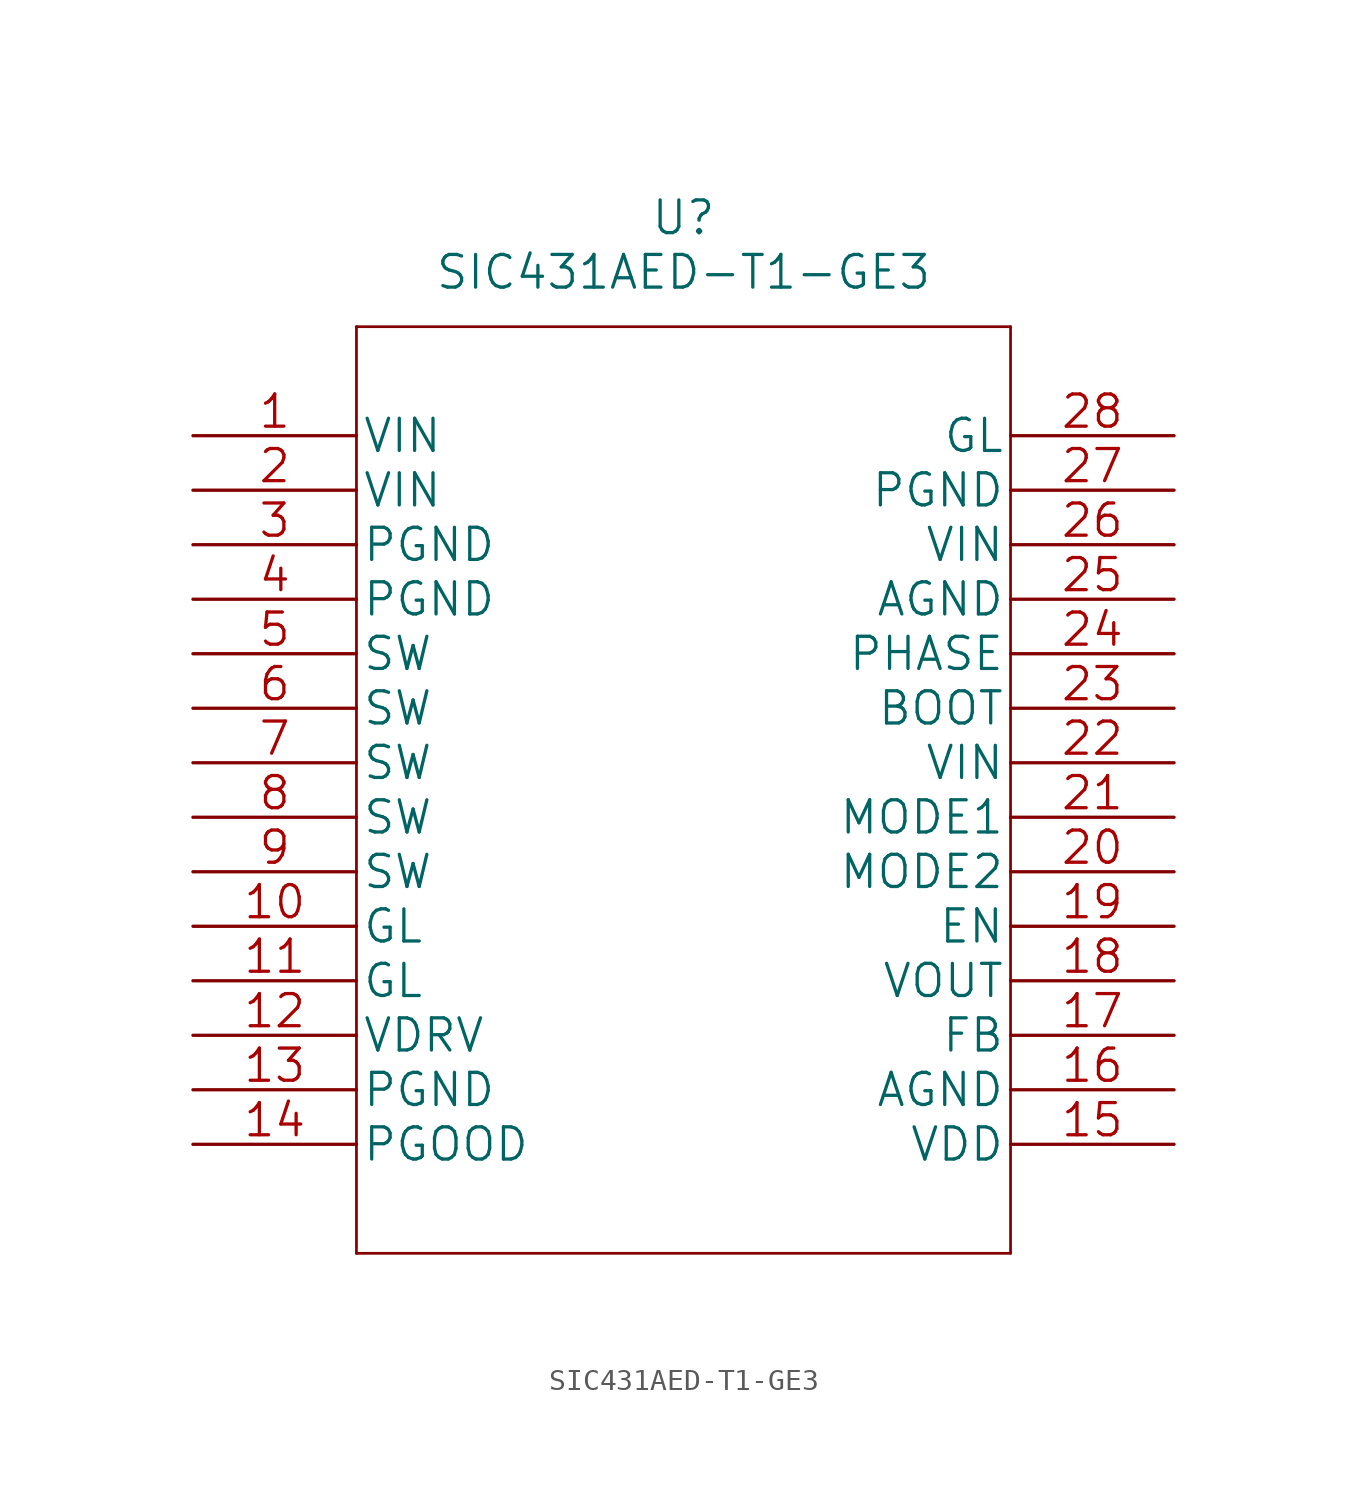
<source format=kicad_sym>
(kicad_symbol_lib
  (version 20211014)
  (generator kicad_symbol_editor)
  (symbol "SIC431AED-T1-GE3"
    (pin_names
      (offset 0.254))
    (property "Reference" "U"
      (at 22.86 10.16 0)
      (effects (font (size 1.524 1.524))))
    (property "Value" "SIC431AED-T1-GE3"
      (at 22.86 7.62 0)
      (effects (font (size 1.524 1.524))))
    (property "Datasheet" ""
      (at 0 0 0)
      (effects (font (size 1.524 1.524))))
    (property "ki_locked" ""
      (at 0 0 0)
      (effects (font (size 1.27 1.27))))
    (symbol "SIC431AED-T1-GE3_1_1"
      (polyline (pts (xy 7.62 -38.1) (xy 38.1 -38.1)) (stroke (width 0.127) (type default) (color 0 0 0 0)) (fill (type none)))
      (polyline (pts (xy 7.62 5.08) (xy 7.62 -38.1)) (stroke (width 0.127) (type default) (color 0 0 0 0)) (fill (type none)))
      (polyline (pts (xy 38.1 -38.1) (xy 38.1 5.08)) (stroke (width 0.127) (type default) (color 0 0 0 0)) (fill (type none)))
      (polyline (pts (xy 38.1 5.08) (xy 7.62 5.08)) (stroke (width 0.127) (type default) (color 0 0 0 0)) (fill (type none)))
      (pin unspecified line (at 0 0 0) (length 7.62) (name "VIN" (effects (font (size 1.499 1.499)))) (number "1" (effects (font (size 1.499 1.499)))))
      (pin unspecified line (at 0 -22.86 0) (length 7.62) (name "GL" (effects (font (size 1.499 1.499)))) (number "10" (effects (font (size 1.499 1.499)))))
      (pin unspecified line (at 0 -25.4 0) (length 7.62) (name "GL" (effects (font (size 1.499 1.499)))) (number "11" (effects (font (size 1.499 1.499)))))
      (pin unspecified line (at 0 -27.94 0) (length 7.62) (name "VDRV" (effects (font (size 1.499 1.499)))) (number "12" (effects (font (size 1.499 1.499)))))
      (pin power_in line (at 0 -30.48 0) (length 7.62) (name "PGND" (effects (font (size 1.499 1.499)))) (number "13" (effects (font (size 1.499 1.499)))))
      (pin power_in line (at 0 -33.02 0) (length 7.62) (name "PGOOD" (effects (font (size 1.499 1.499)))) (number "14" (effects (font (size 1.499 1.499)))))
      (pin power_in line (at 45.72 -33.02 180) (length 7.62) (name "VDD" (effects (font (size 1.499 1.499)))) (number "15" (effects (font (size 1.499 1.499)))))
      (pin power_in line (at 45.72 -30.48 180) (length 7.62) (name "AGND" (effects (font (size 1.499 1.499)))) (number "16" (effects (font (size 1.499 1.499)))))
      (pin unspecified line (at 45.72 -27.94 180) (length 7.62) (name "FB" (effects (font (size 1.499 1.499)))) (number "17" (effects (font (size 1.499 1.499)))))
      (pin output line (at 45.72 -25.4 180) (length 7.62) (name "VOUT" (effects (font (size 1.499 1.499)))) (number "18" (effects (font (size 1.499 1.499)))))
      (pin unspecified line (at 45.72 -22.86 180) (length 7.62) (name "EN" (effects (font (size 1.499 1.499)))) (number "19" (effects (font (size 1.499 1.499)))))
      (pin unspecified line (at 0 -2.54 0) (length 7.62) (name "VIN" (effects (font (size 1.499 1.499)))) (number "2" (effects (font (size 1.499 1.499)))))
      (pin bidirectional line (at 45.72 -20.32 180) (length 7.62) (name "MODE2" (effects (font (size 1.499 1.499)))) (number "20" (effects (font (size 1.499 1.499)))))
      (pin bidirectional line (at 45.72 -17.78 180) (length 7.62) (name "MODE1" (effects (font (size 1.499 1.499)))) (number "21" (effects (font (size 1.499 1.499)))))
      (pin unspecified line (at 45.72 -15.24 180) (length 7.62) (name "VIN" (effects (font (size 1.499 1.499)))) (number "22" (effects (font (size 1.499 1.499)))))
      (pin unspecified line (at 45.72 -12.7 180) (length 7.62) (name "BOOT" (effects (font (size 1.499 1.499)))) (number "23" (effects (font (size 1.499 1.499)))))
      (pin unspecified line (at 45.72 -10.16 180) (length 7.62) (name "PHASE" (effects (font (size 1.499 1.499)))) (number "24" (effects (font (size 1.499 1.499)))))
      (pin power_in line (at 45.72 -7.62 180) (length 7.62) (name "AGND" (effects (font (size 1.499 1.499)))) (number "25" (effects (font (size 1.499 1.499)))))
      (pin unspecified line (at 45.72 -5.08 180) (length 7.62) (name "VIN" (effects (font (size 1.499 1.499)))) (number "26" (effects (font (size 1.499 1.499)))))
      (pin power_in line (at 45.72 -2.54 180) (length 7.62) (name "PGND" (effects (font (size 1.499 1.499)))) (number "27" (effects (font (size 1.499 1.499)))))
      (pin unspecified line (at 45.72 0 180) (length 7.62) (name "GL" (effects (font (size 1.499 1.499)))) (number "28" (effects (font (size 1.499 1.499)))))
      (pin power_in line (at 0 -5.08 0) (length 7.62) (name "PGND" (effects (font (size 1.499 1.499)))) (number "3" (effects (font (size 1.499 1.499)))))
      (pin power_in line (at 0 -7.62 0) (length 7.62) (name "PGND" (effects (font (size 1.499 1.499)))) (number "4" (effects (font (size 1.499 1.499)))))
      (pin unspecified line (at 0 -10.16 0) (length 7.62) (name "SW" (effects (font (size 1.499 1.499)))) (number "5" (effects (font (size 1.499 1.499)))))
      (pin unspecified line (at 0 -12.7 0) (length 7.62) (name "SW" (effects (font (size 1.499 1.499)))) (number "6" (effects (font (size 1.499 1.499)))))
      (pin unspecified line (at 0 -15.24 0) (length 7.62) (name "SW" (effects (font (size 1.499 1.499)))) (number "7" (effects (font (size 1.499 1.499)))))
      (pin unspecified line (at 0 -17.78 0) (length 7.62) (name "SW" (effects (font (size 1.499 1.499)))) (number "8" (effects (font (size 1.499 1.499)))))
      (pin unspecified line (at 0 -20.32 0) (length 7.62) (name "SW" (effects (font (size 1.499 1.499)))) (number "9" (effects (font (size 1.499 1.499))))))))
</source>
